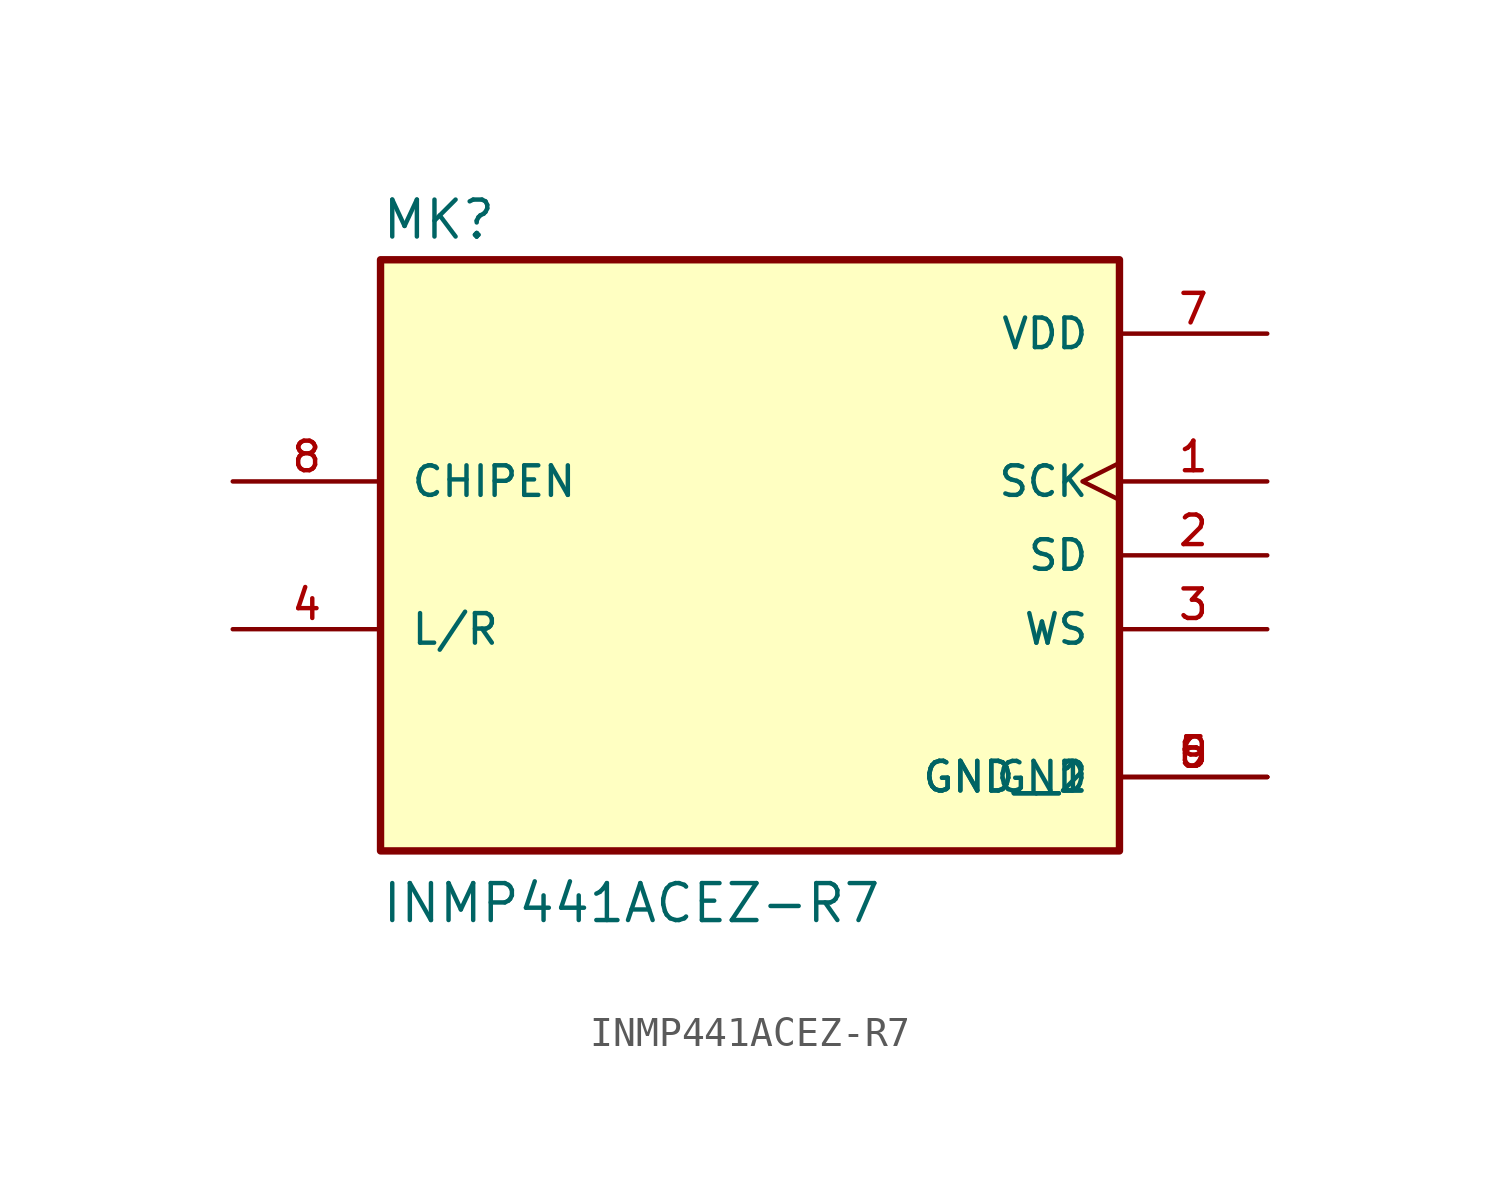
<source format=kicad_sym>
(kicad_symbol_lib
  (version 20241209)
  (generator "kicad_symbol_editor")
  (generator_version "9.0")
  (symbol "INMP441ACEZ-R7"
    (pin_names
      (offset 1.016))
    (property "Reference" "MK"
      (at -12.7 10.795 0)
      (effects (font (size 1.27 1.27)) (justify left bottom)))
    (property "Value" "INMP441ACEZ-R7"
      (at -12.7 -12.7 0)
      (effects (font (size 1.27 1.27)) (justify left bottom)))
    (symbol "INMP441ACEZ-R7_0_0"
      (rectangle (start -12.7 -10.16) (end 12.7 10.16) (stroke (width 0.254) (type default)) (fill (type background)))
      (pin input line (at -17.78 2.54 0) (length 5.08) (name "CHIPEN" (effects (font (size 1.016 1.016)))) (number "8" (effects (font (size 1.016 1.016)))))
      (pin input line (at -17.78 -2.54 0) (length 5.08) (name "L/R" (effects (font (size 1.016 1.016)))) (number "4" (effects (font (size 1.016 1.016)))))
      (pin power_in line (at 17.78 7.62 180) (length 5.08) (name "VDD" (effects (font (size 1.016 1.016)))) (number "7" (effects (font (size 1.016 1.016)))))
      (pin input clock (at 17.78 2.54 180) (length 5.08) (name "SCK" (effects (font (size 1.016 1.016)))) (number "1" (effects (font (size 1.016 1.016)))))
      (pin output line (at 17.78 0 180) (length 5.08) (name "SD" (effects (font (size 1.016 1.016)))) (number "2" (effects (font (size 1.016 1.016)))))
      (pin input line (at 17.78 -2.54 180) (length 5.08) (name "WS" (effects (font (size 1.016 1.016)))) (number "3" (effects (font (size 1.016 1.016)))))
      (pin power_in line (at 17.78 -7.62 180) (length 5.08) (name "GND" (effects (font (size 1.016 1.016)))) (number "5" (effects (font (size 1.016 1.016)))))
      (pin power_in line (at 17.78 -7.62 180) (length 5.08) (name "GND__1" (effects (font (size 1.016 1.016)))) (number "6" (effects (font (size 1.016 1.016)))))
      (pin power_in line (at 17.78 -7.62 180) (length 5.08) (name "GND__2" (effects (font (size 1.016 1.016)))) (number "9" (effects (font (size 1.016 1.016))))))))
</source>
